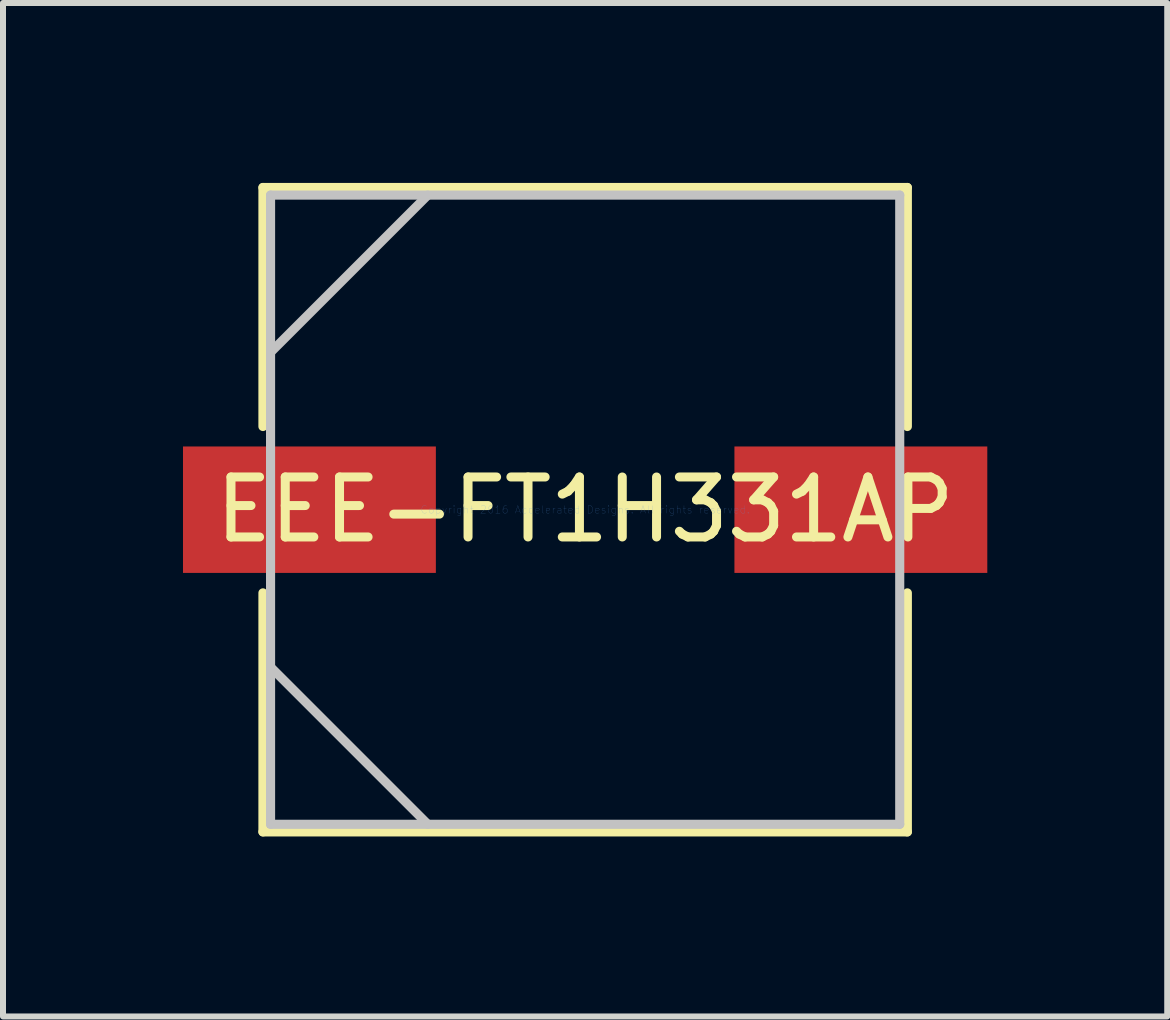
<source format=kicad_pcb>
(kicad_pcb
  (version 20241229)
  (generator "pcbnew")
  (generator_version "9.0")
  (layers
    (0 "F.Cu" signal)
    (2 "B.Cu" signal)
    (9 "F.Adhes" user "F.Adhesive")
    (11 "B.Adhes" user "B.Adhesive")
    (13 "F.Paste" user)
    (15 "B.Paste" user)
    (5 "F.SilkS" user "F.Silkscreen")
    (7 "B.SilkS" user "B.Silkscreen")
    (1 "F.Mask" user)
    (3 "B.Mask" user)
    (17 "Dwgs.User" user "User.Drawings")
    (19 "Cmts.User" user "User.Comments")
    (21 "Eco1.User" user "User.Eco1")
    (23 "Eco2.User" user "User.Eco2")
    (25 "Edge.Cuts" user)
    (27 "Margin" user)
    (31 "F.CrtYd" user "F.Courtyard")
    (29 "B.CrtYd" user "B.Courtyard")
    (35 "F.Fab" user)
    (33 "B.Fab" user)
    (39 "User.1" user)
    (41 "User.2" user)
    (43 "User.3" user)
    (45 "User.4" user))
  (footprint "EEE-FT1H331AP"
    (layer "F.Cu")
    (at 6.706 5.448)
    (property "Reference" "EEE-FT1H331AP" (at 0 0 0) (layer "F.SilkS") (effects (font (size 1 1) (thickness 0.15))))
    (attr through_hole)
    (fp_line (start -5.372 -5.372) (end -5.372 -1.387) (stroke (width 0.152) (type solid)) (layer "F.SilkS"))
    (fp_line (start -5.372 1.387) (end -5.372 5.372) (stroke (width 0.152) (type solid)) (layer "F.SilkS"))
    (fp_line (start -5.372 5.372) (end 5.372 5.372) (stroke (width 0.152) (type solid)) (layer "F.SilkS"))
    (fp_line (start 5.372 -5.372) (end -5.372 -5.372) (stroke (width 0.152) (type solid)) (layer "F.SilkS"))
    (fp_line (start 5.372 -1.387) (end 5.372 -5.372) (stroke (width 0.152) (type solid)) (layer "F.SilkS"))
    (fp_line (start 5.372 5.372) (end 5.372 1.387) (stroke (width 0.152) (type solid)) (layer "F.SilkS"))
    (fp_line (start -5.245 -5.245) (end -5.245 5.245) (stroke (width 0.152) (type solid)) (layer "Dwgs.User"))
    (fp_line (start -5.245 -2.623) (end -2.623 -5.245) (stroke (width 0.152) (type solid)) (layer "Dwgs.User"))
    (fp_line (start -5.245 2.623) (end -2.623 5.245) (stroke (width 0.152) (type solid)) (layer "Dwgs.User"))
    (fp_line (start -5.245 5.245) (end 5.245 5.245) (stroke (width 0.152) (type solid)) (layer "Dwgs.User"))
    (fp_line (start 5.245 -5.245) (end -5.245 -5.245) (stroke (width 0.152) (type solid)) (layer "Dwgs.User"))
    (fp_line (start 5.245 5.245) (end 5.245 -5.245) (stroke (width 0.152) (type solid)) (layer "Dwgs.User"))
    (fp_text user "Copyright 2016 Accelerated Designs. All rights reserved." (at 0 0 0) (layer "Cmts.User") (effects (font (size 0.127 0.127) (thickness 0.002))))
    (pad "1" smd rect (at -4.597 0) (size 4.216 2.108) (layers "F.Cu" "F.Mask" "F.Paste"))
    (pad "2" smd rect (at 4.597 0) (size 4.216 2.108) (layers "F.Cu" "F.Mask" "F.Paste")))
  (gr_rect
    (start -3 -3)
    (end 16.411 13.897)
    (stroke (width 0.1) (type default))
    (fill no)
    (layer "Edge.Cuts")))
</source>
